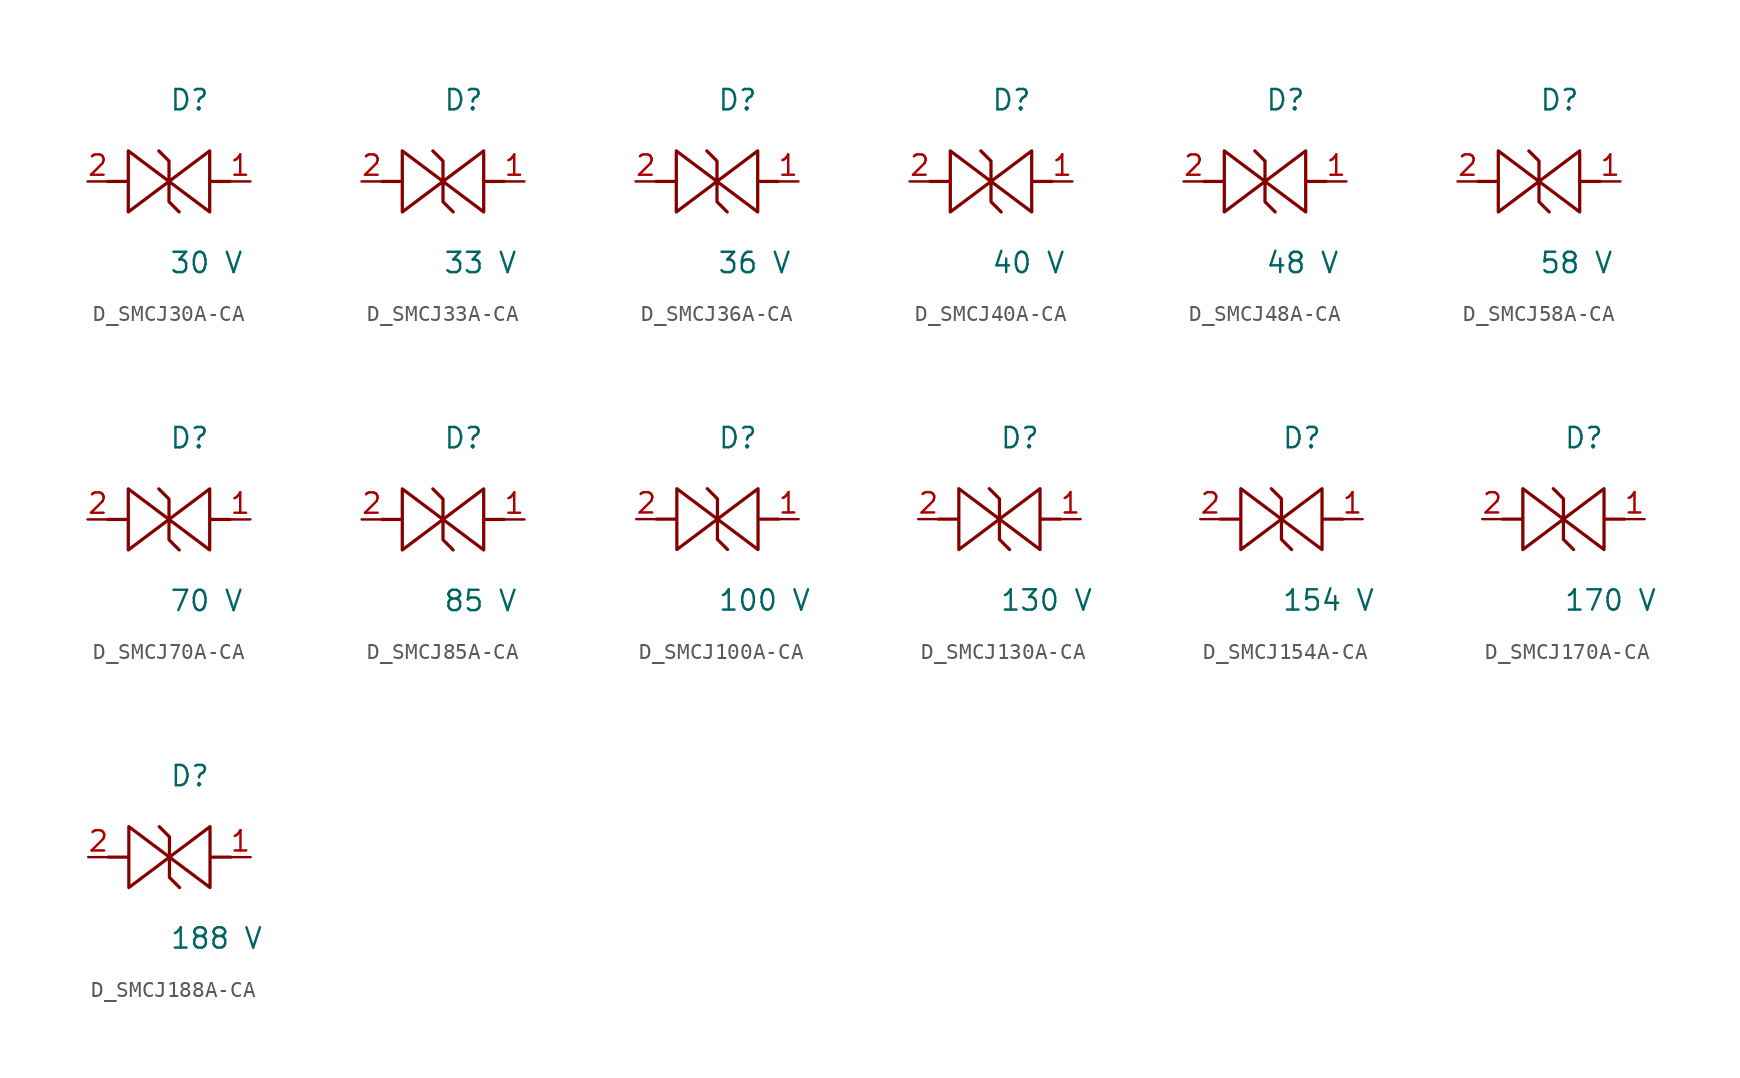
<source format=kicad_sym>
(kicad_symbol_lib
  (version 20231120)
  (generator kicad_symbol_editor)
  (generator_version 8.0)
  (symbol "D_SMCJ30A-CA"
    (pin_names
      (offset 0.254))
    (property "Reference" "D"
      (at 0 5.08 0)
      (effects (font (size 1.27 1.27)) (justify left)))
    (property "Value" "30 V"
      (at 0 -5.08 0)
      (effects (font (size 1.27 1.27)) (justify left)))
    (symbol "D_SMCJ30A-CA_1_0"
      (polyline (pts (xy 3.81 0) (xy 2.54 0) (xy 2.54 1.905) (xy 0 0) (xy 0 1.27) (xy -0.635 1.905) (xy 0 1.27) (xy 0 0) (xy -2.54 1.905) (xy -2.54 0) (xy -3.81 0) (xy -2.54 0) (xy -2.54 -1.905) (xy 0 0) (xy 0 -1.27) (xy 0.635 -1.905) (xy 0 -1.27) (xy 0 0) (xy 2.54 -1.905) (xy 2.54 0)) (stroke (width 0.203) (type default)) (fill (type none)))
      (pin passive line (at 5.08 0 180) (length 1.27) (name "" (effects (font (size 1.27 1.27)))) (number "1" (effects (font (size 1.27 1.27)))))
      (pin passive line (at -5.08 0 0) (length 1.27) (name "" (effects (font (size 1.27 1.27)))) (number "2" (effects (font (size 1.27 1.27)))))))
  (symbol "D_SMCJ33A-CA"
    (pin_names
      (offset 0.254))
    (property "Reference" "D"
      (at 0 5.08 0)
      (effects (font (size 1.27 1.27)) (justify left)))
    (property "Value" "33 V"
      (at 0 -5.08 0)
      (effects (font (size 1.27 1.27)) (justify left)))
    (symbol "D_SMCJ33A-CA_1_0"
      (polyline (pts (xy 3.81 0) (xy 2.54 0) (xy 2.54 1.905) (xy 0 0) (xy 0 1.27) (xy -0.635 1.905) (xy 0 1.27) (xy 0 0) (xy -2.54 1.905) (xy -2.54 0) (xy -3.81 0) (xy -2.54 0) (xy -2.54 -1.905) (xy 0 0) (xy 0 -1.27) (xy 0.635 -1.905) (xy 0 -1.27) (xy 0 0) (xy 2.54 -1.905) (xy 2.54 0)) (stroke (width 0.203) (type default)) (fill (type none)))
      (pin passive line (at 5.08 0 180) (length 1.27) (name "" (effects (font (size 1.27 1.27)))) (number "1" (effects (font (size 1.27 1.27)))))
      (pin passive line (at -5.08 0 0) (length 1.27) (name "" (effects (font (size 1.27 1.27)))) (number "2" (effects (font (size 1.27 1.27)))))))
  (symbol "D_SMCJ36A-CA"
    (pin_names
      (offset 0.254))
    (property "Reference" "D"
      (at 0 5.08 0)
      (effects (font (size 1.27 1.27)) (justify left)))
    (property "Value" "36 V"
      (at 0 -5.08 0)
      (effects (font (size 1.27 1.27)) (justify left)))
    (symbol "D_SMCJ36A-CA_1_0"
      (polyline (pts (xy 3.81 0) (xy 2.54 0) (xy 2.54 1.905) (xy 0 0) (xy 0 1.27) (xy -0.635 1.905) (xy 0 1.27) (xy 0 0) (xy -2.54 1.905) (xy -2.54 0) (xy -3.81 0) (xy -2.54 0) (xy -2.54 -1.905) (xy 0 0) (xy 0 -1.27) (xy 0.635 -1.905) (xy 0 -1.27) (xy 0 0) (xy 2.54 -1.905) (xy 2.54 0)) (stroke (width 0.203) (type default)) (fill (type none)))
      (pin passive line (at 5.08 0 180) (length 1.27) (name "" (effects (font (size 1.27 1.27)))) (number "1" (effects (font (size 1.27 1.27)))))
      (pin passive line (at -5.08 0 0) (length 1.27) (name "" (effects (font (size 1.27 1.27)))) (number "2" (effects (font (size 1.27 1.27)))))))
  (symbol "D_SMCJ40A-CA"
    (pin_names
      (offset 0.254))
    (property "Reference" "D"
      (at 0 5.08 0)
      (effects (font (size 1.27 1.27)) (justify left)))
    (property "Value" "40 V"
      (at 0 -5.08 0)
      (effects (font (size 1.27 1.27)) (justify left)))
    (symbol "D_SMCJ40A-CA_1_0"
      (polyline (pts (xy 3.81 0) (xy 2.54 0) (xy 2.54 1.905) (xy 0 0) (xy 0 1.27) (xy -0.635 1.905) (xy 0 1.27) (xy 0 0) (xy -2.54 1.905) (xy -2.54 0) (xy -3.81 0) (xy -2.54 0) (xy -2.54 -1.905) (xy 0 0) (xy 0 -1.27) (xy 0.635 -1.905) (xy 0 -1.27) (xy 0 0) (xy 2.54 -1.905) (xy 2.54 0)) (stroke (width 0.203) (type default)) (fill (type none)))
      (pin passive line (at 5.08 0 180) (length 1.27) (name "" (effects (font (size 1.27 1.27)))) (number "1" (effects (font (size 1.27 1.27)))))
      (pin passive line (at -5.08 0 0) (length 1.27) (name "" (effects (font (size 1.27 1.27)))) (number "2" (effects (font (size 1.27 1.27)))))))
  (symbol "D_SMCJ48A-CA"
    (pin_names
      (offset 0.254))
    (property "Reference" "D"
      (at 0 5.08 0)
      (effects (font (size 1.27 1.27)) (justify left)))
    (property "Value" "48 V"
      (at 0 -5.08 0)
      (effects (font (size 1.27 1.27)) (justify left)))
    (symbol "D_SMCJ48A-CA_1_0"
      (polyline (pts (xy 3.81 0) (xy 2.54 0) (xy 2.54 1.905) (xy 0 0) (xy 0 1.27) (xy -0.635 1.905) (xy 0 1.27) (xy 0 0) (xy -2.54 1.905) (xy -2.54 0) (xy -3.81 0) (xy -2.54 0) (xy -2.54 -1.905) (xy 0 0) (xy 0 -1.27) (xy 0.635 -1.905) (xy 0 -1.27) (xy 0 0) (xy 2.54 -1.905) (xy 2.54 0)) (stroke (width 0.203) (type default)) (fill (type none)))
      (pin passive line (at 5.08 0 180) (length 1.27) (name "" (effects (font (size 1.27 1.27)))) (number "1" (effects (font (size 1.27 1.27)))))
      (pin passive line (at -5.08 0 0) (length 1.27) (name "" (effects (font (size 1.27 1.27)))) (number "2" (effects (font (size 1.27 1.27)))))))
  (symbol "D_SMCJ58A-CA"
    (pin_names
      (offset 0.254))
    (property "Reference" "D"
      (at 0 5.08 0)
      (effects (font (size 1.27 1.27)) (justify left)))
    (property "Value" "58 V"
      (at 0 -5.08 0)
      (effects (font (size 1.27 1.27)) (justify left)))
    (symbol "D_SMCJ58A-CA_1_0"
      (polyline (pts (xy 3.81 0) (xy 2.54 0) (xy 2.54 1.905) (xy 0 0) (xy 0 1.27) (xy -0.635 1.905) (xy 0 1.27) (xy 0 0) (xy -2.54 1.905) (xy -2.54 0) (xy -3.81 0) (xy -2.54 0) (xy -2.54 -1.905) (xy 0 0) (xy 0 -1.27) (xy 0.635 -1.905) (xy 0 -1.27) (xy 0 0) (xy 2.54 -1.905) (xy 2.54 0)) (stroke (width 0.203) (type default)) (fill (type none)))
      (pin passive line (at 5.08 0 180) (length 1.27) (name "" (effects (font (size 1.27 1.27)))) (number "1" (effects (font (size 1.27 1.27)))))
      (pin passive line (at -5.08 0 0) (length 1.27) (name "" (effects (font (size 1.27 1.27)))) (number "2" (effects (font (size 1.27 1.27)))))))
  (symbol "D_SMCJ70A-CA"
    (pin_names
      (offset 0.254))
    (property "Reference" "D"
      (at 0 5.08 0)
      (effects (font (size 1.27 1.27)) (justify left)))
    (property "Value" "70 V"
      (at 0 -5.08 0)
      (effects (font (size 1.27 1.27)) (justify left)))
    (symbol "D_SMCJ70A-CA_1_0"
      (polyline (pts (xy 3.81 0) (xy 2.54 0) (xy 2.54 1.905) (xy 0 0) (xy 0 1.27) (xy -0.635 1.905) (xy 0 1.27) (xy 0 0) (xy -2.54 1.905) (xy -2.54 0) (xy -3.81 0) (xy -2.54 0) (xy -2.54 -1.905) (xy 0 0) (xy 0 -1.27) (xy 0.635 -1.905) (xy 0 -1.27) (xy 0 0) (xy 2.54 -1.905) (xy 2.54 0)) (stroke (width 0.203) (type default)) (fill (type none)))
      (pin passive line (at 5.08 0 180) (length 1.27) (name "" (effects (font (size 1.27 1.27)))) (number "1" (effects (font (size 1.27 1.27)))))
      (pin passive line (at -5.08 0 0) (length 1.27) (name "" (effects (font (size 1.27 1.27)))) (number "2" (effects (font (size 1.27 1.27)))))))
  (symbol "D_SMCJ85A-CA"
    (pin_names
      (offset 0.254))
    (property "Reference" "D"
      (at 0 5.08 0)
      (effects (font (size 1.27 1.27)) (justify left)))
    (property "Value" "85 V"
      (at 0 -5.08 0)
      (effects (font (size 1.27 1.27)) (justify left)))
    (symbol "D_SMCJ85A-CA_1_0"
      (polyline (pts (xy 3.81 0) (xy 2.54 0) (xy 2.54 1.905) (xy 0 0) (xy 0 1.27) (xy -0.635 1.905) (xy 0 1.27) (xy 0 0) (xy -2.54 1.905) (xy -2.54 0) (xy -3.81 0) (xy -2.54 0) (xy -2.54 -1.905) (xy 0 0) (xy 0 -1.27) (xy 0.635 -1.905) (xy 0 -1.27) (xy 0 0) (xy 2.54 -1.905) (xy 2.54 0)) (stroke (width 0.203) (type default)) (fill (type none)))
      (pin passive line (at 5.08 0 180) (length 1.27) (name "" (effects (font (size 1.27 1.27)))) (number "1" (effects (font (size 1.27 1.27)))))
      (pin passive line (at -5.08 0 0) (length 1.27) (name "" (effects (font (size 1.27 1.27)))) (number "2" (effects (font (size 1.27 1.27)))))))
  (symbol "D_SMCJ100A-CA"
    (pin_names
      (offset 0.254))
    (property "Reference" "D"
      (at 0 5.08 0)
      (effects (font (size 1.27 1.27)) (justify left)))
    (property "Value" "100 V"
      (at 0 -5.08 0)
      (effects (font (size 1.27 1.27)) (justify left)))
    (symbol "D_SMCJ100A-CA_1_0"
      (polyline (pts (xy 3.81 0) (xy 2.54 0) (xy 2.54 1.905) (xy 0 0) (xy 0 1.27) (xy -0.635 1.905) (xy 0 1.27) (xy 0 0) (xy -2.54 1.905) (xy -2.54 0) (xy -3.81 0) (xy -2.54 0) (xy -2.54 -1.905) (xy 0 0) (xy 0 -1.27) (xy 0.635 -1.905) (xy 0 -1.27) (xy 0 0) (xy 2.54 -1.905) (xy 2.54 0)) (stroke (width 0.203) (type default)) (fill (type none)))
      (pin passive line (at 5.08 0 180) (length 1.27) (name "" (effects (font (size 1.27 1.27)))) (number "1" (effects (font (size 1.27 1.27)))))
      (pin passive line (at -5.08 0 0) (length 1.27) (name "" (effects (font (size 1.27 1.27)))) (number "2" (effects (font (size 1.27 1.27)))))))
  (symbol "D_SMCJ130A-CA"
    (pin_names
      (offset 0.254))
    (property "Reference" "D"
      (at 0 5.08 0)
      (effects (font (size 1.27 1.27)) (justify left)))
    (property "Value" "130 V"
      (at 0 -5.08 0)
      (effects (font (size 1.27 1.27)) (justify left)))
    (symbol "D_SMCJ130A-CA_1_0"
      (polyline (pts (xy 3.81 0) (xy 2.54 0) (xy 2.54 1.905) (xy 0 0) (xy 0 1.27) (xy -0.635 1.905) (xy 0 1.27) (xy 0 0) (xy -2.54 1.905) (xy -2.54 0) (xy -3.81 0) (xy -2.54 0) (xy -2.54 -1.905) (xy 0 0) (xy 0 -1.27) (xy 0.635 -1.905) (xy 0 -1.27) (xy 0 0) (xy 2.54 -1.905) (xy 2.54 0)) (stroke (width 0.203) (type default)) (fill (type none)))
      (pin passive line (at 5.08 0 180) (length 1.27) (name "" (effects (font (size 1.27 1.27)))) (number "1" (effects (font (size 1.27 1.27)))))
      (pin passive line (at -5.08 0 0) (length 1.27) (name "" (effects (font (size 1.27 1.27)))) (number "2" (effects (font (size 1.27 1.27)))))))
  (symbol "D_SMCJ154A-CA"
    (pin_names
      (offset 0.254))
    (property "Reference" "D"
      (at 0 5.08 0)
      (effects (font (size 1.27 1.27)) (justify left)))
    (property "Value" "154 V"
      (at 0 -5.08 0)
      (effects (font (size 1.27 1.27)) (justify left)))
    (symbol "D_SMCJ154A-CA_1_0"
      (polyline (pts (xy 3.81 0) (xy 2.54 0) (xy 2.54 1.905) (xy 0 0) (xy 0 1.27) (xy -0.635 1.905) (xy 0 1.27) (xy 0 0) (xy -2.54 1.905) (xy -2.54 0) (xy -3.81 0) (xy -2.54 0) (xy -2.54 -1.905) (xy 0 0) (xy 0 -1.27) (xy 0.635 -1.905) (xy 0 -1.27) (xy 0 0) (xy 2.54 -1.905) (xy 2.54 0)) (stroke (width 0.203) (type default)) (fill (type none)))
      (pin passive line (at 5.08 0 180) (length 1.27) (name "" (effects (font (size 1.27 1.27)))) (number "1" (effects (font (size 1.27 1.27)))))
      (pin passive line (at -5.08 0 0) (length 1.27) (name "" (effects (font (size 1.27 1.27)))) (number "2" (effects (font (size 1.27 1.27)))))))
  (symbol "D_SMCJ170A-CA"
    (pin_names
      (offset 0.254))
    (property "Reference" "D"
      (at 0 5.08 0)
      (effects (font (size 1.27 1.27)) (justify left)))
    (property "Value" "170 V"
      (at 0 -5.08 0)
      (effects (font (size 1.27 1.27)) (justify left)))
    (symbol "D_SMCJ170A-CA_1_0"
      (polyline (pts (xy 3.81 0) (xy 2.54 0) (xy 2.54 1.905) (xy 0 0) (xy 0 1.27) (xy -0.635 1.905) (xy 0 1.27) (xy 0 0) (xy -2.54 1.905) (xy -2.54 0) (xy -3.81 0) (xy -2.54 0) (xy -2.54 -1.905) (xy 0 0) (xy 0 -1.27) (xy 0.635 -1.905) (xy 0 -1.27) (xy 0 0) (xy 2.54 -1.905) (xy 2.54 0)) (stroke (width 0.203) (type default)) (fill (type none)))
      (pin passive line (at 5.08 0 180) (length 1.27) (name "" (effects (font (size 1.27 1.27)))) (number "1" (effects (font (size 1.27 1.27)))))
      (pin passive line (at -5.08 0 0) (length 1.27) (name "" (effects (font (size 1.27 1.27)))) (number "2" (effects (font (size 1.27 1.27)))))))
  (symbol "D_SMCJ188A-CA"
    (pin_names
      (offset 0.254))
    (property "Reference" "D"
      (at 0 5.08 0)
      (effects (font (size 1.27 1.27)) (justify left)))
    (property "Value" "188 V"
      (at 0 -5.08 0)
      (effects (font (size 1.27 1.27)) (justify left)))
    (symbol "D_SMCJ188A-CA_1_0"
      (polyline (pts (xy 3.81 0) (xy 2.54 0) (xy 2.54 1.905) (xy 0 0) (xy 0 1.27) (xy -0.635 1.905) (xy 0 1.27) (xy 0 0) (xy -2.54 1.905) (xy -2.54 0) (xy -3.81 0) (xy -2.54 0) (xy -2.54 -1.905) (xy 0 0) (xy 0 -1.27) (xy 0.635 -1.905) (xy 0 -1.27) (xy 0 0) (xy 2.54 -1.905) (xy 2.54 0)) (stroke (width 0.203) (type default)) (fill (type none)))
      (pin passive line (at 5.08 0 180) (length 1.27) (name "" (effects (font (size 1.27 1.27)))) (number "1" (effects (font (size 1.27 1.27)))))
      (pin passive line (at -5.08 0 0) (length 1.27) (name "" (effects (font (size 1.27 1.27)))) (number "2" (effects (font (size 1.27 1.27))))))))
</source>
